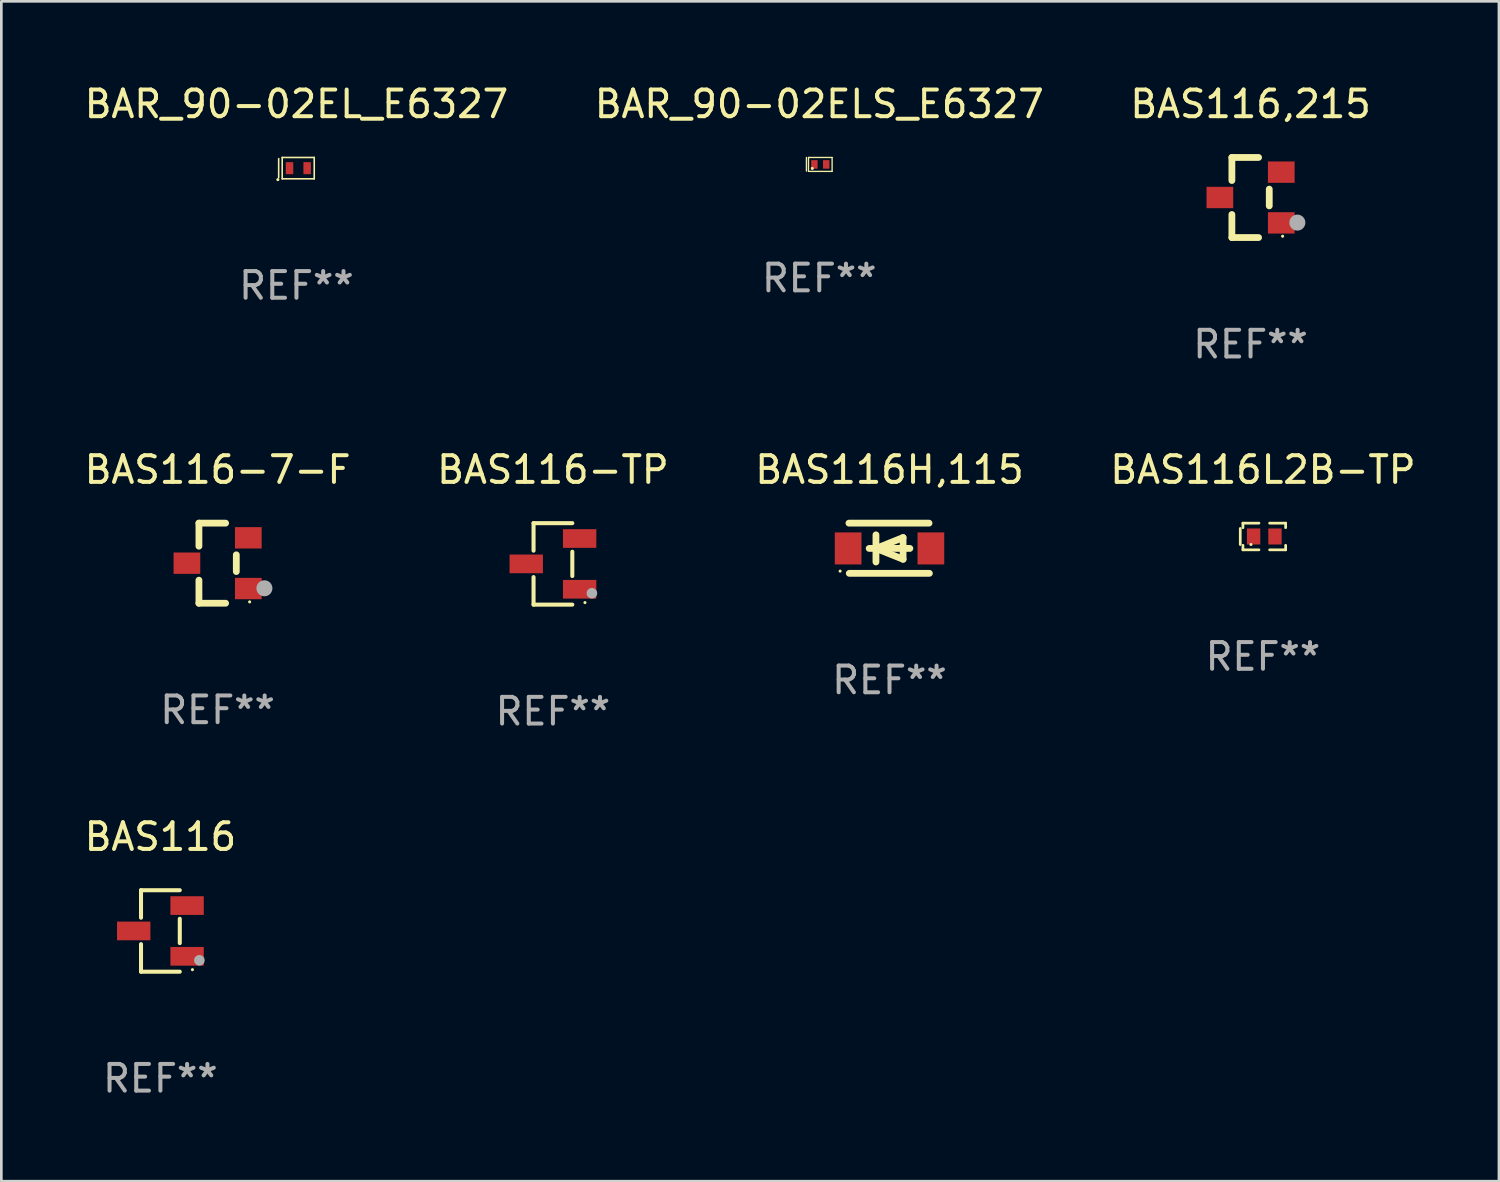
<source format=kicad_pcb>
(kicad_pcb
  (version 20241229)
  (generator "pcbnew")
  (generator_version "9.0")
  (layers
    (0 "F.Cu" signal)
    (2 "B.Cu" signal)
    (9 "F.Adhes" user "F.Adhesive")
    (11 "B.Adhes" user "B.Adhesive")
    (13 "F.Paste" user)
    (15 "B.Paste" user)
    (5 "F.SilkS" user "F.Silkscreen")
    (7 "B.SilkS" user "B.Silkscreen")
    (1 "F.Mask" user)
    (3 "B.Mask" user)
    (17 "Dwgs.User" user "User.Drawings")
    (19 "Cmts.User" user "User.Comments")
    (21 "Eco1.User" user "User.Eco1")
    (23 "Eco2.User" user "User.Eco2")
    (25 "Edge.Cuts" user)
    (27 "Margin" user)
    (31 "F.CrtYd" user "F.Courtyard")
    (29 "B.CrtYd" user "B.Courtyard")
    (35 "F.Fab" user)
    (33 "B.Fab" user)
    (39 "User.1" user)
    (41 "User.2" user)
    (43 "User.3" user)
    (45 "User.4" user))
  (footprint "BAS116-7-F"
    (layer "F.Cu")
    (at 5.101 18.045)
    (property "Reference" "BAS116-7-F" (at 0 -3.5 0) (layer "F.SilkS") (effects (font (size 1 1) (thickness 0.15))))
    (attr through_hole)
    (fp_line (start -0.7 -1.5) (end 0.3 -1.5) (stroke (width 0.254) (type solid)) (layer "F.SilkS"))
    (fp_line (start -0.7 -0.636) (end -0.7 -1.5) (stroke (width 0.254) (type solid)) (layer "F.SilkS"))
    (fp_line (start -0.7 1.5) (end -0.7 0.636) (stroke (width 0.254) (type solid)) (layer "F.SilkS"))
    (fp_line (start -0.7 1.5) (end 0.3 1.5) (stroke (width 0.254) (type solid)) (layer "F.SilkS"))
    (fp_line (start 0.7 0.314) (end 0.7 -0.314) (stroke (width 0.254) (type solid)) (layer "F.SilkS"))
    (fp_circle (center 1.2 1.45) (end 1.23 1.45) (stroke (width 0.06) (type solid)) (fill no) (layer "F.SilkS"))
    (fp_circle (center 1.753 0.94) (end 1.903 0.94) (stroke (width 0.3) (type solid)) (fill no) (layer "F.Fab"))
    (fp_text user "REF**" (at 0 5.5 0) (layer "F.Fab") (effects (font (size 1 1) (thickness 0.15))))
    (pad "1" smd rect (at 1.15 0.95 180) (size 1 0.8) (layers "F.Cu" "F.Mask" "F.Paste"))
    (pad "2" smd rect (at 1.15 -0.95 180) (size 1 0.8) (layers "F.Cu" "F.Mask" "F.Paste"))
    (pad "3" smd rect (at -1.15 -0.000051 180) (size 1 0.8) (layers "F.Cu" "F.Mask" "F.Paste")))
  (footprint "BAR_90-02ELS_E6327"
    (layer "F.Cu")
    (at 27.637 3.109)
    (property "Reference" "BAR_90-02ELS_E6327" (at 0 -2.261 0) (layer "F.SilkS") (effects (font (size 1 1) (thickness 0.15))))
    (attr through_hole)
    (fp_line (start -0.481 -0.261) (end -0.481 0.247) (stroke (width 0.051) (type solid)) (layer "F.SilkS"))
    (fp_line (start -0.403 -0.26) (end -0.37 -0.26) (stroke (width 0.05) (type solid)) (layer "F.SilkS"))
    (fp_line (start -0.403 0.261) (end -0.403 -0.26) (stroke (width 0.05) (type solid)) (layer "F.SilkS"))
    (fp_line (start -0.37 -0.26) (end 0.481 -0.26) (stroke (width 0.05) (type solid)) (layer "F.SilkS"))
    (fp_line (start 0.481 -0.26) (end 0.481 0.261) (stroke (width 0.05) (type solid)) (layer "F.SilkS"))
    (fp_line (start 0.481 0.261) (end -0.403 0.261) (stroke (width 0.05) (type solid)) (layer "F.SilkS"))
    (fp_circle (center -0.261 0.149) (end -0.231 0.149) (stroke (width 0.06) (type solid)) (fill no) (layer "F.SilkS"))
    (fp_text user "REF**" (at 0 4.261 0) (layer "F.Fab") (effects (font (size 1 1) (thickness 0.15))))
    (pad "1" smd rect (at -0.182 -0.001 90) (size 0.32 0.24) (layers "F.Cu" "F.Mask" "F.Paste"))
    (pad "2" smd rect (at 0.26 -0.001 90) (size 0.32 0.24) (layers "F.Cu" "F.Mask" "F.Paste")))
  (footprint "BAS116H,115"
    (layer "F.Cu")
    (at 30.268 17.485)
    (property "Reference" "BAS116H,115" (at 0 -2.94 0) (layer "F.SilkS") (effects (font (size 1 1) (thickness 0.15))))
    (attr through_hole)
    (fp_line (start -1.52 -0.94) (end 1.48 -0.94) (stroke (width 0.254) (type solid)) (layer "F.SilkS"))
    (fp_line (start -1.507 0.94) (end 1.493 0.94) (stroke (width 0.254) (type solid)) (layer "F.SilkS"))
    (fp_line (start -0.762 0.007) (end 0.762 0.007) (stroke (width 0.254) (type solid)) (layer "F.SilkS"))
    (fp_line (start -0.508 -0.501) (end -0.508 0.515) (stroke (width 0.254) (type solid)) (layer "F.SilkS"))
    (fp_line (start -0.508 0.007) (end 0.508 -0.4) (stroke (width 0.254) (type solid)) (layer "F.SilkS"))
    (fp_line (start 0.508 -0.4) (end 0.508 0.413) (stroke (width 0.254) (type solid)) (layer "F.SilkS"))
    (fp_line (start 0.508 0.413) (end -0.508 0.007) (stroke (width 0.254) (type solid)) (layer "F.SilkS"))
    (fp_circle (center -1.85 0.857) (end -1.82 0.857) (stroke (width 0.06) (type solid)) (fill no) (layer "F.SilkS"))
    (fp_text user "REF**" (at 0 4.94 0) (layer "F.Fab") (effects (font (size 1 1) (thickness 0.15))))
    (pad "1" smd rect (at -1.55 0.007) (size 1 1.2) (layers "F.Cu" "F.Mask" "F.Paste"))
    (pad "2" smd rect (at 1.55 0.007) (size 1 1.2) (layers "F.Cu" "F.Mask" "F.Paste")))
  (footprint "BAR_90-02EL_E6327"
    (layer "F.Cu")
    (at 8.054 3.248)
    (property "Reference" "BAR_90-02EL_E6327" (at 0 -2.4 0) (layer "F.SilkS") (effects (font (size 1 1) (thickness 0.15))))
    (attr through_hole)
    (fp_line (start -0.666 -0.356) (end -0.666 0.356) (stroke (width 0.06) (type solid)) (layer "F.SilkS"))
    (fp_line (start -0.534 -0.4) (end 0.666 -0.4) (stroke (width 0.06) (type solid)) (layer "F.SilkS"))
    (fp_line (start -0.534 0.4) (end -0.534 -0.4) (stroke (width 0.06) (type solid)) (layer "F.SilkS"))
    (fp_line (start 0.666 -0.4) (end 0.666 0.4) (stroke (width 0.06) (type solid)) (layer "F.SilkS"))
    (fp_line (start 0.666 0.4) (end -0.534 0.4) (stroke (width 0.06) (type solid)) (layer "F.SilkS"))
    (fp_circle (center -0.696 0.43) (end -0.666 0.43) (stroke (width 0.06) (type solid)) (fill no) (layer "F.SilkS"))
    (fp_text user "REF**" (at 0 4.4 0) (layer "F.Fab") (effects (font (size 1 1) (thickness 0.15))))
    (pad "1" smd rect (at -0.259 0) (size 0.28 0.45) (layers "F.Cu" "F.Mask" "F.Paste"))
    (pad "2" smd rect (at 0.401 0) (size 0.28 0.45) (layers "F.Cu" "F.Mask" "F.Paste")))
  (footprint "BAS116-TP"
    (layer "F.Cu")
    (at 17.661 18.071)
    (property "Reference" "BAS116-TP" (at 0 -3.526 0) (layer "F.SilkS") (effects (font (size 1 1) (thickness 0.15))))
    (attr through_hole)
    (fp_line (start -0.726 -1.526) (end -0.726 -0.495) (stroke (width 0.152) (type solid)) (layer "F.SilkS"))
    (fp_line (start -0.726 1.526) (end -0.726 0.495) (stroke (width 0.152) (type solid)) (layer "F.SilkS"))
    (fp_line (start 0.726 -1.526) (end -0.726 -1.526) (stroke (width 0.152) (type solid)) (layer "F.SilkS"))
    (fp_line (start 0.726 -0.455) (end 0.726 0.455) (stroke (width 0.152) (type solid)) (layer "F.SilkS"))
    (fp_line (start 0.726 1.526) (end -0.726 1.526) (stroke (width 0.152) (type solid)) (layer "F.SilkS"))
    (fp_circle (center 1.2 1.45) (end 1.23 1.45) (stroke (width 0.06) (type solid)) (fill no) (layer "F.SilkS"))
    (fp_circle (center 1.46 1.1) (end 1.56 1.1) (stroke (width 0.2) (type solid)) (fill no) (layer "F.Fab"))
    (fp_text user "REF**" (at 0 5.526 0) (layer "F.Fab") (effects (font (size 1 1) (thickness 0.15))))
    (pad "1" smd rect (at 1 0.95) (size 1.25 0.7) (layers "F.Cu" "F.Mask" "F.Paste"))
    (pad "2" smd rect (at 1 -0.95) (size 1.25 0.7) (layers "F.Cu" "F.Mask" "F.Paste"))
    (pad "3" smd rect (at -1 0) (size 1.25 0.7) (layers "F.Cu" "F.Mask" "F.Paste")))
  (footprint "BAS116,215"
    (layer "F.Cu")
    (at 43.792 4.348)
    (property "Reference" "BAS116,215" (at 0 -3.5 0) (layer "F.SilkS") (effects (font (size 1 1) (thickness 0.15))))
    (attr through_hole)
    (fp_line (start -0.7 -1.5) (end 0.3 -1.5) (stroke (width 0.254) (type solid)) (layer "F.SilkS"))
    (fp_line (start -0.7 -0.636) (end -0.7 -1.5) (stroke (width 0.254) (type solid)) (layer "F.SilkS"))
    (fp_line (start -0.7 1.5) (end -0.7 0.636) (stroke (width 0.254) (type solid)) (layer "F.SilkS"))
    (fp_line (start -0.7 1.5) (end 0.3 1.5) (stroke (width 0.254) (type solid)) (layer "F.SilkS"))
    (fp_line (start 0.7 0.314) (end 0.7 -0.314) (stroke (width 0.254) (type solid)) (layer "F.SilkS"))
    (fp_circle (center 1.2 1.45) (end 1.23 1.45) (stroke (width 0.06) (type solid)) (fill no) (layer "F.SilkS"))
    (fp_circle (center 1.753 0.94) (end 1.903 0.94) (stroke (width 0.3) (type solid)) (fill no) (layer "F.Fab"))
    (fp_text user "REF**" (at 0 5.5 0) (layer "F.Fab") (effects (font (size 1 1) (thickness 0.15))))
    (pad "1" smd rect (at 1.15 0.95 180) (size 1 0.8) (layers "F.Cu" "F.Mask" "F.Paste"))
    (pad "2" smd rect (at 1.15 -0.95 180) (size 1 0.8) (layers "F.Cu" "F.Mask" "F.Paste"))
    (pad "3" smd rect (at -1.15 -0.000051 180) (size 1 0.8) (layers "F.Cu" "F.Mask" "F.Paste")))
  (footprint "BAS116L2B-TP"
    (layer "F.Cu")
    (at 44.256 17.045)
    (property "Reference" "BAS116L2B-TP" (at 0 -2.5 0) (layer "F.SilkS") (effects (font (size 1 1) (thickness 0.15))))
    (attr through_hole)
    (fp_line (start -0.85 -0.3) (end -0.85 0.3) (stroke (width 0.102) (type solid)) (layer "F.SilkS"))
    (fp_line (start -0.75 -0.5) (end -0.75 -0.329) (stroke (width 0.102) (type solid)) (layer "F.SilkS"))
    (fp_line (start -0.75 0.329) (end -0.75 0.5) (stroke (width 0.102) (type solid)) (layer "F.SilkS"))
    (fp_line (start -0.75 0.5) (end -0.15 0.5) (stroke (width 0.102) (type solid)) (layer "F.SilkS"))
    (fp_line (start -0.15 -0.5) (end -0.75 -0.5) (stroke (width 0.102) (type solid)) (layer "F.SilkS"))
    (fp_line (start 0.25 -0.5) (end 0.85 -0.5) (stroke (width 0.102) (type solid)) (layer "F.SilkS"))
    (fp_line (start 0.85 -0.5) (end 0.85 -0.33) (stroke (width 0.102) (type solid)) (layer "F.SilkS"))
    (fp_line (start 0.85 0.33) (end 0.85 0.5) (stroke (width 0.102) (type solid)) (layer "F.SilkS"))
    (fp_line (start 0.85 0.5) (end 0.25 0.5) (stroke (width 0.102) (type solid)) (layer "F.SilkS"))
    (fp_circle (center -0.45 0.3) (end -0.42 0.3) (stroke (width 0.06) (type solid)) (fill no) (layer "F.SilkS"))
    (fp_text user "REF**" (at 0 4.5 0) (layer "F.Fab") (effects (font (size 1 1) (thickness 0.15))))
    (pad "1" smd rect (at -0.35 0) (size 0.5 0.6) (layers "F.Cu" "F.Mask" "F.Paste"))
    (pad "2" smd rect (at 0.45 0) (size 0.5 0.6) (layers "F.Cu" "F.Mask" "F.Paste")))
  (footprint "BAS116"
    (layer "F.Cu")
    (at 2.958 31.82)
    (property "Reference" "BAS116" (at 0 -3.526 0) (layer "F.SilkS") (effects (font (size 1 1) (thickness 0.15))))
    (attr through_hole)
    (fp_line (start -0.726 -1.526) (end -0.726 -0.495) (stroke (width 0.152) (type solid)) (layer "F.SilkS"))
    (fp_line (start -0.726 1.526) (end -0.726 0.495) (stroke (width 0.152) (type solid)) (layer "F.SilkS"))
    (fp_line (start 0.726 -1.526) (end -0.726 -1.526) (stroke (width 0.152) (type solid)) (layer "F.SilkS"))
    (fp_line (start 0.726 -0.455) (end 0.726 0.455) (stroke (width 0.152) (type solid)) (layer "F.SilkS"))
    (fp_line (start 0.726 1.526) (end -0.726 1.526) (stroke (width 0.152) (type solid)) (layer "F.SilkS"))
    (fp_circle (center 1.2 1.45) (end 1.23 1.45) (stroke (width 0.06) (type solid)) (fill no) (layer "F.SilkS"))
    (fp_circle (center 1.46 1.1) (end 1.56 1.1) (stroke (width 0.2) (type solid)) (fill no) (layer "F.Fab"))
    (fp_text user "REF**" (at 0 5.526 0) (layer "F.Fab") (effects (font (size 1 1) (thickness 0.15))))
    (pad "1" smd rect (at 1 0.95) (size 1.25 0.7) (layers "F.Cu" "F.Mask" "F.Paste"))
    (pad "2" smd rect (at 1 -0.95) (size 1.25 0.7) (layers "F.Cu" "F.Mask" "F.Paste"))
    (pad "3" smd rect (at -1 0) (size 1.25 0.7) (layers "F.Cu" "F.Mask" "F.Paste")))
  (gr_rect
    (start -3 -3)
    (end 53.095 41.194)
    (stroke (width 0.1) (type default))
    (fill no)
    (layer "Edge.Cuts")))
</source>
